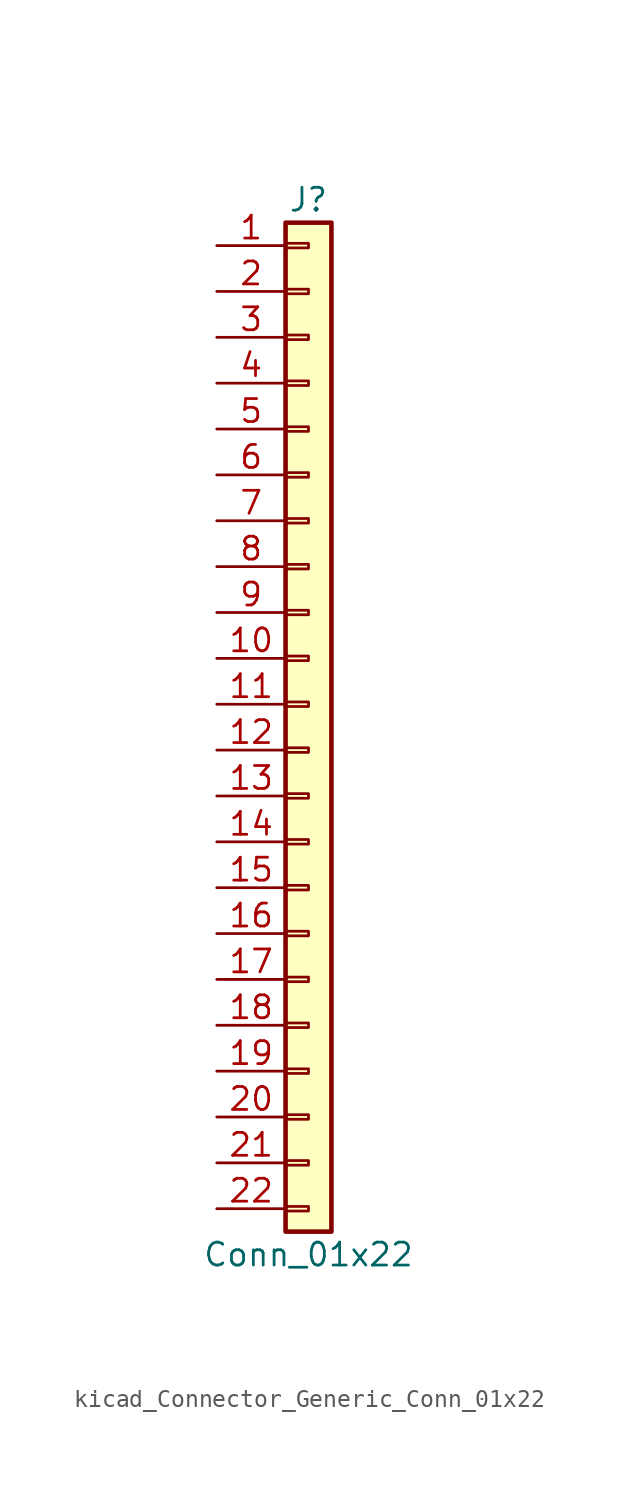
<source format=kicad_sym>
(kicad_symbol_lib
  (version 20220914)
  (generator kicad_symbol_editor)
  (symbol "kicad_Connector_Generic_Conn_01x22"
    (pin_names
      (offset 1.016) hide)
    (property "Reference" "J"
      (at 0 27.94 0)
      (effects (font (size 1.27 1.27))))
    (property "Value" "Conn_01x22"
      (at 0 -30.48 0)
      (effects (font (size 1.27 1.27))))
    (symbol "kicad_Connector_Generic_Conn_01x22_1_1"
      (rectangle (start -1.27 -27.813) (end 0 -28.067) (stroke (width 0.152) (type default)) (fill (type none)))
      (rectangle (start -1.27 -25.273) (end 0 -25.527) (stroke (width 0.152) (type default)) (fill (type none)))
      (rectangle (start -1.27 -22.733) (end 0 -22.987) (stroke (width 0.152) (type default)) (fill (type none)))
      (rectangle (start -1.27 -20.193) (end 0 -20.447) (stroke (width 0.152) (type default)) (fill (type none)))
      (rectangle (start -1.27 -17.653) (end 0 -17.907) (stroke (width 0.152) (type default)) (fill (type none)))
      (rectangle (start -1.27 -15.113) (end 0 -15.367) (stroke (width 0.152) (type default)) (fill (type none)))
      (rectangle (start -1.27 -12.573) (end 0 -12.827) (stroke (width 0.152) (type default)) (fill (type none)))
      (rectangle (start -1.27 -10.033) (end 0 -10.287) (stroke (width 0.152) (type default)) (fill (type none)))
      (rectangle (start -1.27 -7.493) (end 0 -7.747) (stroke (width 0.152) (type default)) (fill (type none)))
      (rectangle (start -1.27 -4.953) (end 0 -5.207) (stroke (width 0.152) (type default)) (fill (type none)))
      (rectangle (start -1.27 -2.413) (end 0 -2.667) (stroke (width 0.152) (type default)) (fill (type none)))
      (rectangle (start -1.27 0.127) (end 0 -0.127) (stroke (width 0.152) (type default)) (fill (type none)))
      (rectangle (start -1.27 2.667) (end 0 2.413) (stroke (width 0.152) (type default)) (fill (type none)))
      (rectangle (start -1.27 5.207) (end 0 4.953) (stroke (width 0.152) (type default)) (fill (type none)))
      (rectangle (start -1.27 7.747) (end 0 7.493) (stroke (width 0.152) (type default)) (fill (type none)))
      (rectangle (start -1.27 10.287) (end 0 10.033) (stroke (width 0.152) (type default)) (fill (type none)))
      (rectangle (start -1.27 12.827) (end 0 12.573) (stroke (width 0.152) (type default)) (fill (type none)))
      (rectangle (start -1.27 15.367) (end 0 15.113) (stroke (width 0.152) (type default)) (fill (type none)))
      (rectangle (start -1.27 17.907) (end 0 17.653) (stroke (width 0.152) (type default)) (fill (type none)))
      (rectangle (start -1.27 20.447) (end 0 20.193) (stroke (width 0.152) (type default)) (fill (type none)))
      (rectangle (start -1.27 22.987) (end 0 22.733) (stroke (width 0.152) (type default)) (fill (type none)))
      (rectangle (start -1.27 25.527) (end 0 25.273) (stroke (width 0.152) (type default)) (fill (type none)))
      (rectangle (start -1.27 26.67) (end 1.27 -29.21) (stroke (width 0.254) (type default)) (fill (type background)))
      (pin passive line (at -5.08 25.4 0) (length 3.81) (name "Pin_1" (effects (font (size 1.27 1.27)))) (number "1" (effects (font (size 1.27 1.27)))))
      (pin passive line (at -5.08 2.54 0) (length 3.81) (name "Pin_10" (effects (font (size 1.27 1.27)))) (number "10" (effects (font (size 1.27 1.27)))))
      (pin passive line (at -5.08 0 0) (length 3.81) (name "Pin_11" (effects (font (size 1.27 1.27)))) (number "11" (effects (font (size 1.27 1.27)))))
      (pin passive line (at -5.08 -2.54 0) (length 3.81) (name "Pin_12" (effects (font (size 1.27 1.27)))) (number "12" (effects (font (size 1.27 1.27)))))
      (pin passive line (at -5.08 -5.08 0) (length 3.81) (name "Pin_13" (effects (font (size 1.27 1.27)))) (number "13" (effects (font (size 1.27 1.27)))))
      (pin passive line (at -5.08 -7.62 0) (length 3.81) (name "Pin_14" (effects (font (size 1.27 1.27)))) (number "14" (effects (font (size 1.27 1.27)))))
      (pin passive line (at -5.08 -10.16 0) (length 3.81) (name "Pin_15" (effects (font (size 1.27 1.27)))) (number "15" (effects (font (size 1.27 1.27)))))
      (pin passive line (at -5.08 -12.7 0) (length 3.81) (name "Pin_16" (effects (font (size 1.27 1.27)))) (number "16" (effects (font (size 1.27 1.27)))))
      (pin passive line (at -5.08 -15.24 0) (length 3.81) (name "Pin_17" (effects (font (size 1.27 1.27)))) (number "17" (effects (font (size 1.27 1.27)))))
      (pin passive line (at -5.08 -17.78 0) (length 3.81) (name "Pin_18" (effects (font (size 1.27 1.27)))) (number "18" (effects (font (size 1.27 1.27)))))
      (pin passive line (at -5.08 -20.32 0) (length 3.81) (name "Pin_19" (effects (font (size 1.27 1.27)))) (number "19" (effects (font (size 1.27 1.27)))))
      (pin passive line (at -5.08 22.86 0) (length 3.81) (name "Pin_2" (effects (font (size 1.27 1.27)))) (number "2" (effects (font (size 1.27 1.27)))))
      (pin passive line (at -5.08 -22.86 0) (length 3.81) (name "Pin_20" (effects (font (size 1.27 1.27)))) (number "20" (effects (font (size 1.27 1.27)))))
      (pin passive line (at -5.08 -25.4 0) (length 3.81) (name "Pin_21" (effects (font (size 1.27 1.27)))) (number "21" (effects (font (size 1.27 1.27)))))
      (pin passive line (at -5.08 -27.94 0) (length 3.81) (name "Pin_22" (effects (font (size 1.27 1.27)))) (number "22" (effects (font (size 1.27 1.27)))))
      (pin passive line (at -5.08 20.32 0) (length 3.81) (name "Pin_3" (effects (font (size 1.27 1.27)))) (number "3" (effects (font (size 1.27 1.27)))))
      (pin passive line (at -5.08 17.78 0) (length 3.81) (name "Pin_4" (effects (font (size 1.27 1.27)))) (number "4" (effects (font (size 1.27 1.27)))))
      (pin passive line (at -5.08 15.24 0) (length 3.81) (name "Pin_5" (effects (font (size 1.27 1.27)))) (number "5" (effects (font (size 1.27 1.27)))))
      (pin passive line (at -5.08 12.7 0) (length 3.81) (name "Pin_6" (effects (font (size 1.27 1.27)))) (number "6" (effects (font (size 1.27 1.27)))))
      (pin passive line (at -5.08 10.16 0) (length 3.81) (name "Pin_7" (effects (font (size 1.27 1.27)))) (number "7" (effects (font (size 1.27 1.27)))))
      (pin passive line (at -5.08 7.62 0) (length 3.81) (name "Pin_8" (effects (font (size 1.27 1.27)))) (number "8" (effects (font (size 1.27 1.27)))))
      (pin passive line (at -5.08 5.08 0) (length 3.81) (name "Pin_9" (effects (font (size 1.27 1.27)))) (number "9" (effects (font (size 1.27 1.27))))))))
</source>
